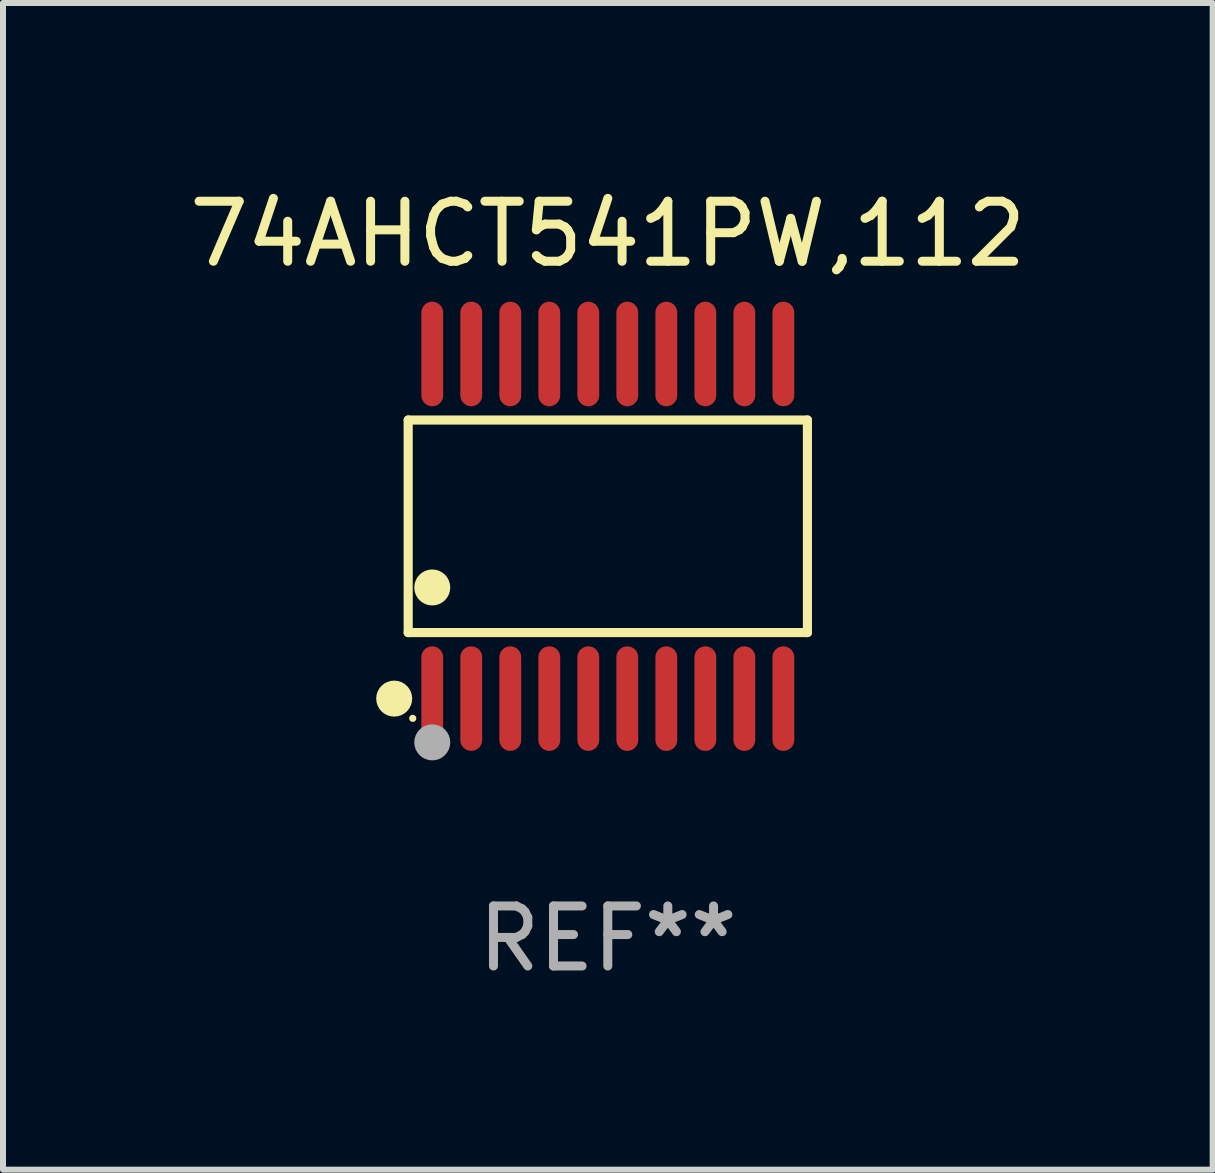
<source format=kicad_pcb>
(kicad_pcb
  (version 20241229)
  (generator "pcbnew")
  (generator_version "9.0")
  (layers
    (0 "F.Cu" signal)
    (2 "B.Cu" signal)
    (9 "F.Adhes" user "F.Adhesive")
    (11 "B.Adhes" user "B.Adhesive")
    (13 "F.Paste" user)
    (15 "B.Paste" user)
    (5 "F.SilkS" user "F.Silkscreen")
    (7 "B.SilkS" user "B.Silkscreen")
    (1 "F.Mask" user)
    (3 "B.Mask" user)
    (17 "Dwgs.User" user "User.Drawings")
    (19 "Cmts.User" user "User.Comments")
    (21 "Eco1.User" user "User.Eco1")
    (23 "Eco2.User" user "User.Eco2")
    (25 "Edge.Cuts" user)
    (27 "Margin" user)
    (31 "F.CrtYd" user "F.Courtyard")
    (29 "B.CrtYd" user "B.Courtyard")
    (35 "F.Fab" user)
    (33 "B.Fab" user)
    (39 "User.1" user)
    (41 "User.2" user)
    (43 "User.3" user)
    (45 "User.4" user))
  (footprint "74AHCT541PW,112"
    (layer "F.Cu")
    (at 7.077 5.719)
    (property "Reference" "74AHCT541PW,112" (at 0 -4.871 0) (layer "F.SilkS") (effects (font (size 1 1) (thickness 0.15))))
    (attr through_hole)
    (fp_line (start -3.326 -1.771) (end 3.326 -1.771) (stroke (width 0.152) (type solid)) (layer "F.SilkS"))
    (fp_line (start -3.326 1.771) (end -3.326 -1.771) (stroke (width 0.152) (type solid)) (layer "F.SilkS"))
    (fp_line (start 3.326 -1.771) (end 3.326 1.771) (stroke (width 0.152) (type solid)) (layer "F.SilkS"))
    (fp_line (start 3.326 1.771) (end -3.326 1.771) (stroke (width 0.152) (type solid)) (layer "F.SilkS"))
    (fp_circle (center -3.559 2.871) (end -3.409 2.871) (stroke (width 0.3) (type solid)) (fill no) (layer "F.SilkS"))
    (fp_circle (center -3.25 3.2) (end -3.22 3.2) (stroke (width 0.06) (type solid)) (fill no) (layer "F.SilkS"))
    (fp_circle (center -2.925 1.019) (end -2.775 1.019) (stroke (width 0.3) (type solid)) (fill no) (layer "F.SilkS"))
    (fp_circle (center -2.925 3.6) (end -2.775 3.6) (stroke (width 0.3) (type solid)) (fill no) (layer "F.Fab"))
    (fp_text user "REF**" (at 0 6.871 0) (layer "F.Fab") (effects (font (size 1 1) (thickness 0.15))))
    (pad "1" smd oval (at -2.925 2.871) (size 0.364 1.742) (layers "F.Cu" "F.Mask" "F.Paste"))
    (pad "2" smd oval (at -2.275 2.871) (size 0.364 1.742) (layers "F.Cu" "F.Mask" "F.Paste"))
    (pad "3" smd oval (at -1.625 2.871) (size 0.364 1.742) (layers "F.Cu" "F.Mask" "F.Paste"))
    (pad "4" smd oval (at -0.975 2.871) (size 0.364 1.742) (layers "F.Cu" "F.Mask" "F.Paste"))
    (pad "5" smd oval (at -0.325 2.871) (size 0.364 1.742) (layers "F.Cu" "F.Mask" "F.Paste"))
    (pad "6" smd oval (at 0.325 2.871) (size 0.364 1.742) (layers "F.Cu" "F.Mask" "F.Paste"))
    (pad "7" smd oval (at 0.975 2.871) (size 0.364 1.742) (layers "F.Cu" "F.Mask" "F.Paste"))
    (pad "8" smd oval (at 1.625 2.871) (size 0.364 1.742) (layers "F.Cu" "F.Mask" "F.Paste"))
    (pad "9" smd oval (at 2.275 2.871) (size 0.364 1.742) (layers "F.Cu" "F.Mask" "F.Paste"))
    (pad "10" smd oval (at 2.925 2.871) (size 0.364 1.742) (layers "F.Cu" "F.Mask" "F.Paste"))
    (pad "11" smd oval (at 2.925 -2.871) (size 0.364 1.742) (layers "F.Cu" "F.Mask" "F.Paste"))
    (pad "12" smd oval (at 2.275 -2.871) (size 0.364 1.742) (layers "F.Cu" "F.Mask" "F.Paste"))
    (pad "13" smd oval (at 1.625 -2.871) (size 0.364 1.742) (layers "F.Cu" "F.Mask" "F.Paste"))
    (pad "14" smd oval (at 0.975 -2.871) (size 0.364 1.742) (layers "F.Cu" "F.Mask" "F.Paste"))
    (pad "15" smd oval (at 0.325 -2.871) (size 0.364 1.742) (layers "F.Cu" "F.Mask" "F.Paste"))
    (pad "16" smd oval (at -0.325 -2.871) (size 0.364 1.742) (layers "F.Cu" "F.Mask" "F.Paste"))
    (pad "17" smd oval (at -0.975 -2.871) (size 0.364 1.742) (layers "F.Cu" "F.Mask" "F.Paste"))
    (pad "18" smd oval (at -1.625 -2.871) (size 0.364 1.742) (layers "F.Cu" "F.Mask" "F.Paste"))
    (pad "19" smd oval (at -2.275 -2.871) (size 0.364 1.742) (layers "F.Cu" "F.Mask" "F.Paste"))
    (pad "20" smd oval (at -2.925 -2.871) (size 0.364 1.742) (layers "F.Cu" "F.Mask" "F.Paste")))
  (gr_rect
    (start -3 -3)
    (end 17.155 16.438)
    (stroke (width 0.1) (type default))
    (fill no)
    (layer "Edge.Cuts")))
</source>
